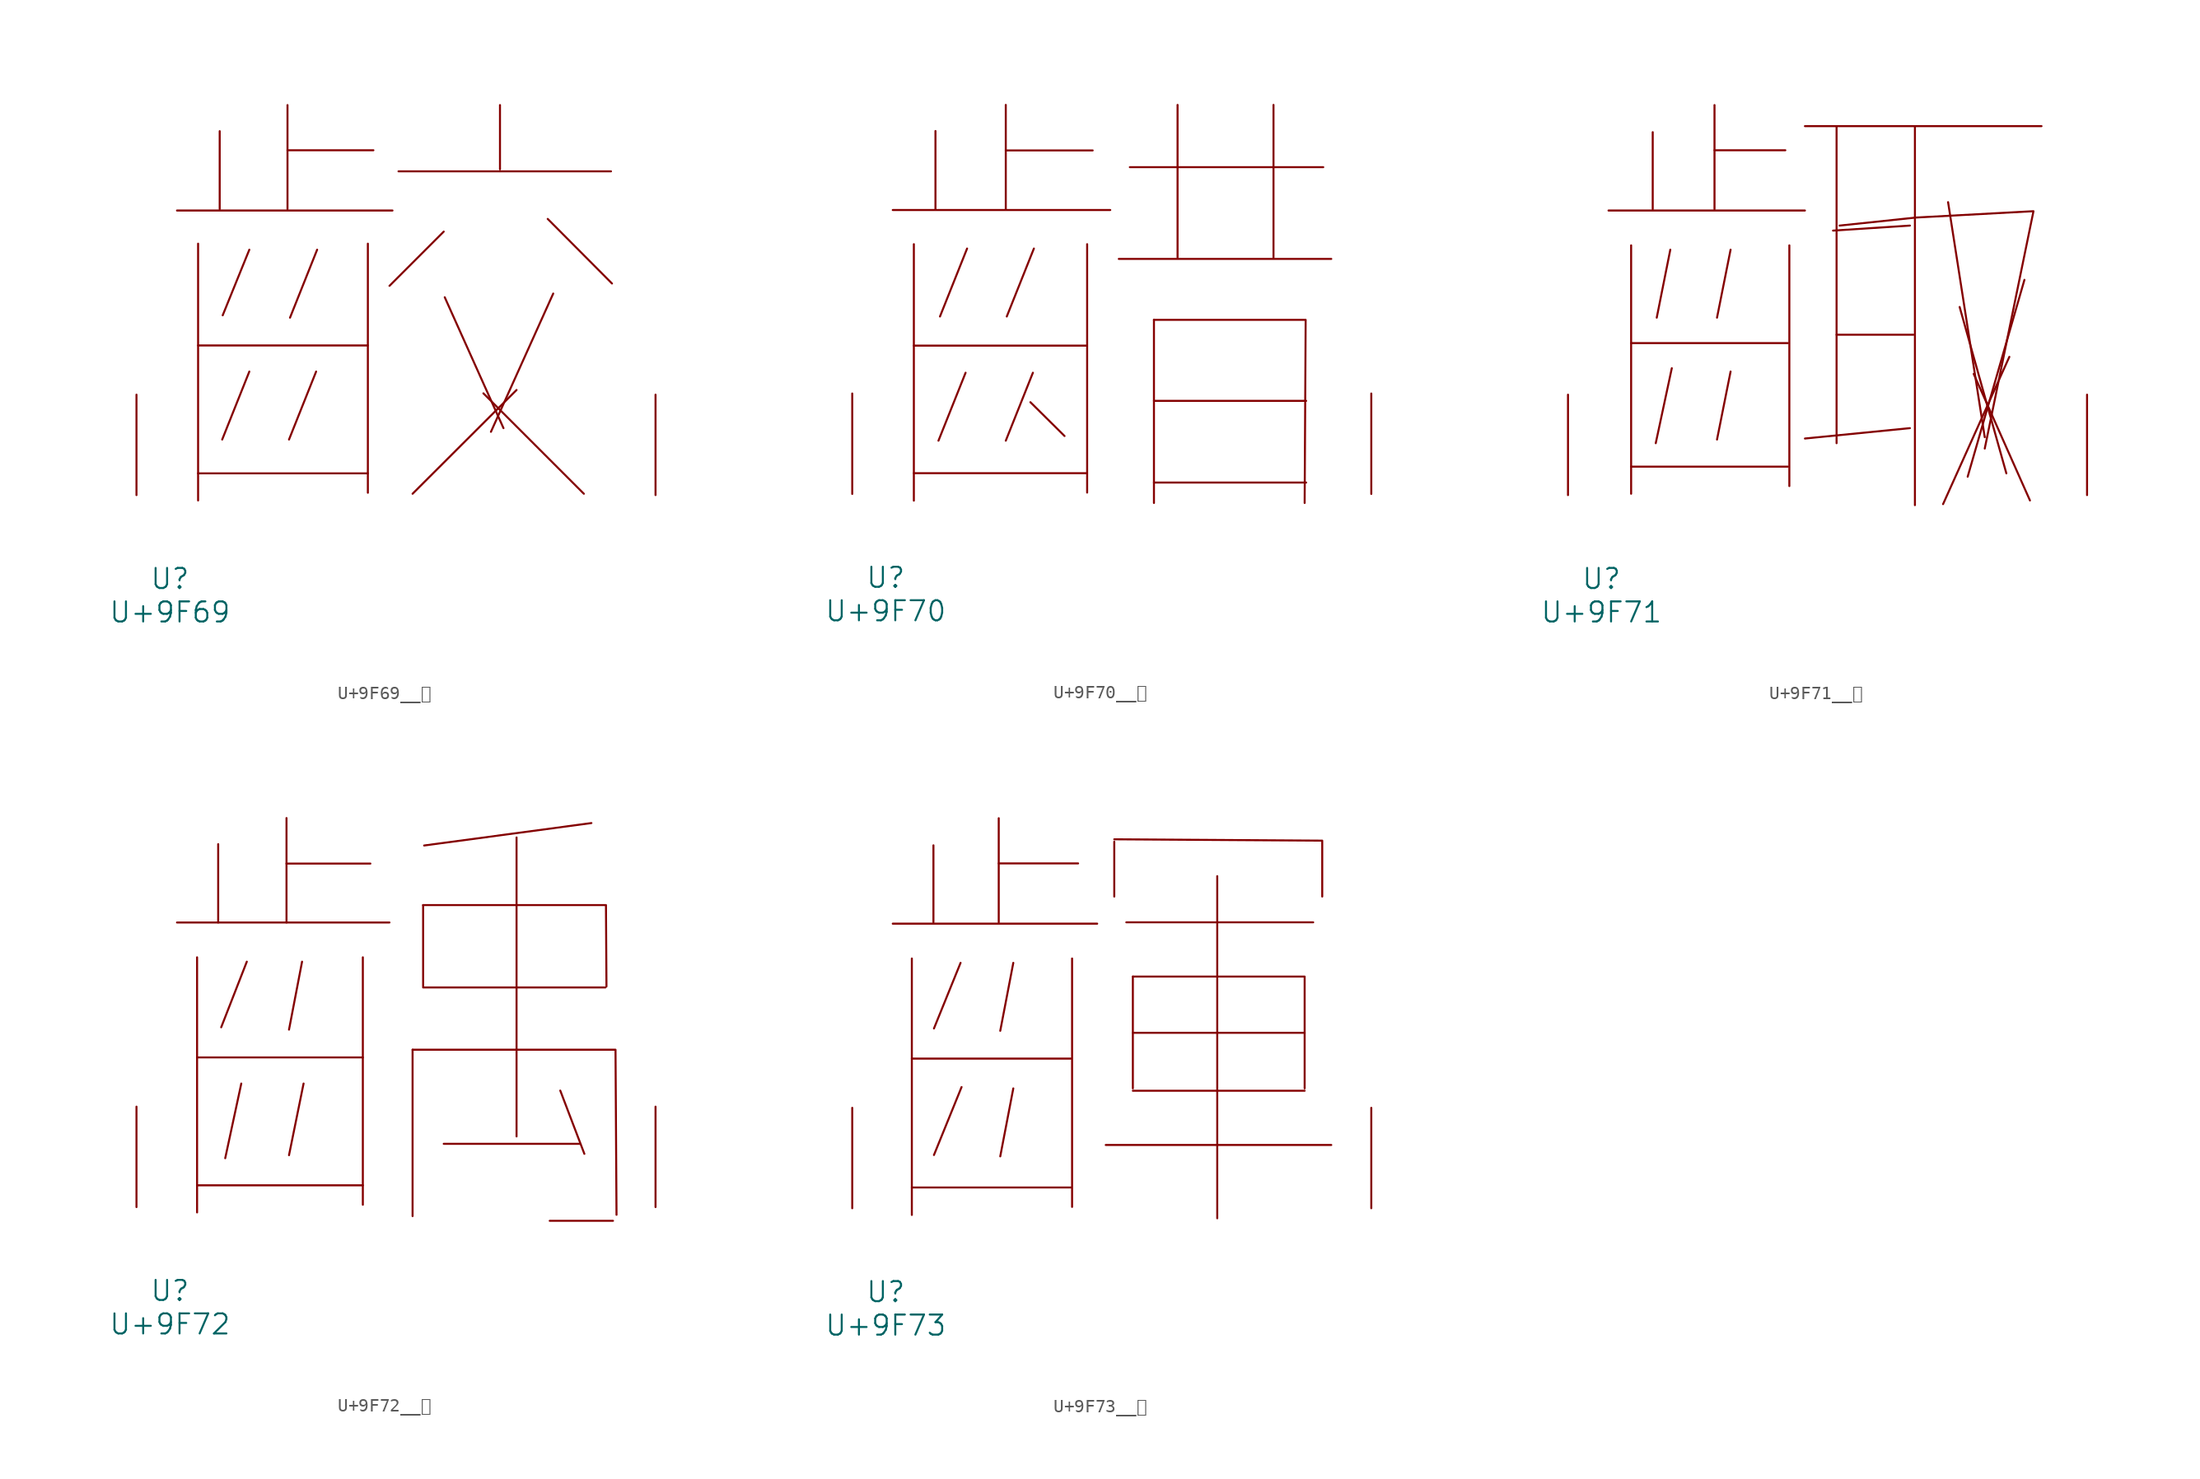
<source format=kicad_sym>
(kicad_symbol_lib
  (version 20231120)
  (generator "kicad_symbol_editor")
  (generator_version "8.0")
  (symbol "U+9F69__齩"
    (pin_names
      (offset 1.016))
    (property "Reference" "U"
      (at 0 -6.35 0)
      (effects (font (size 1.524 1.524))))
    (property "Value" "U+9F69"
      (at 0 -8.89 0)
      (effects (font (size 1.524 1.524))))
    (symbol "U+9F69__齩_0_1"
      (polyline (pts (xy 0.533 21.59) (xy 16.878 21.59)) (stroke (width 0) (type solid)) (fill (type none)))
      (polyline (pts (xy 2.134 1.651) (xy 15.011 1.651)) (stroke (width 0) (type solid)) (fill (type none)))
      (polyline (pts (xy 2.134 11.354) (xy 15.011 11.354)) (stroke (width 0) (type solid)) (fill (type none)))
      (polyline (pts (xy 2.134 19.075) (xy 2.134 -0.406)) (stroke (width 0) (type solid)) (fill (type none)))
      (polyline (pts (xy 3.772 27.61) (xy 3.772 21.692)) (stroke (width 0) (type solid)) (fill (type none)))
      (polyline (pts (xy 6.02 9.373) (xy 3.962 4.216)) (stroke (width 0) (type solid)) (fill (type none)))
      (polyline (pts (xy 6.02 18.618) (xy 4 13.64)) (stroke (width 0) (type solid)) (fill (type none)))
      (polyline (pts (xy 8.915 26.162) (xy 15.431 26.162)) (stroke (width 0) (type solid)) (fill (type none)))
      (polyline (pts (xy 8.915 29.591) (xy 8.915 21.692)) (stroke (width 0) (type solid)) (fill (type none)))
      (polyline (pts (xy 11.087 9.373) (xy 9.03 4.216)) (stroke (width 0) (type solid)) (fill (type none)))
      (polyline (pts (xy 11.163 18.618) (xy 9.106 13.462)) (stroke (width 0) (type solid)) (fill (type none)))
      (polyline (pts (xy 15.011 19.075) (xy 15.011 0.178)) (stroke (width 0) (type solid)) (fill (type none)))
      (polyline (pts (xy 17.335 24.562) (xy 33.452 24.562)) (stroke (width 0) (type solid)) (fill (type none)))
      (polyline (pts (xy 20.765 19.99) (xy 16.65 15.875)) (stroke (width 0) (type solid)) (fill (type none)))
      (polyline (pts (xy 20.841 15.011) (xy 25.298 5.08)) (stroke (width 0) (type solid)) (fill (type none)))
      (polyline (pts (xy 23.774 7.722) (xy 31.394 0.102)) (stroke (width 0) (type solid)) (fill (type none)))
      (polyline (pts (xy 25.032 29.591) (xy 25.032 24.714)) (stroke (width 0) (type solid)) (fill (type none)))
      (polyline (pts (xy 26.289 7.976) (xy 18.402 0.102)) (stroke (width 0) (type solid)) (fill (type none)))
      (polyline (pts (xy 28.651 20.955) (xy 33.528 16.053)) (stroke (width 0) (type solid)) (fill (type none)))
      (polyline (pts (xy 29.07 15.291) (xy 24.346 4.801)) (stroke (width 0) (type solid)) (fill (type none)))
      (pin input line (at -2.54 0 90) (length 7.62) (name "~" (effects (font (size 1.27 1.27)))) (number "~" (effects (font (size 1.27 1.27)))))
      (pin input line (at 36.83 0 90) (length 7.62) (name "~" (effects (font (size 1.27 1.27)))) (number "~" (effects (font (size 1.27 1.27)))))))
  (symbol "U+9F70__齰"
    (pin_names
      (offset 1.016))
    (property "Reference" "U"
      (at 0 -6.35 0)
      (effects (font (size 1.524 1.524))))
    (property "Value" "U+9F70"
      (at 0 -8.89 0)
      (effects (font (size 1.524 1.524))))
    (symbol "U+9F70__齰_0_1"
      (polyline (pts (xy 0.533 21.539) (xy 17.031 21.539)) (stroke (width 0) (type solid)) (fill (type none)))
      (polyline (pts (xy 2.134 1.575) (xy 15.202 1.575)) (stroke (width 0) (type solid)) (fill (type none)))
      (polyline (pts (xy 2.134 11.252) (xy 15.202 11.252)) (stroke (width 0) (type solid)) (fill (type none)))
      (polyline (pts (xy 2.134 18.948) (xy 2.134 -0.508)) (stroke (width 0) (type solid)) (fill (type none)))
      (polyline (pts (xy 3.772 27.534) (xy 3.772 21.59)) (stroke (width 0) (type solid)) (fill (type none)))
      (polyline (pts (xy 6.058 9.195) (xy 4 4.039)) (stroke (width 0) (type solid)) (fill (type none)))
      (polyline (pts (xy 6.172 18.618) (xy 4.115 13.462)) (stroke (width 0) (type solid)) (fill (type none)))
      (polyline (pts (xy 9.106 26.06) (xy 15.697 26.06)) (stroke (width 0) (type solid)) (fill (type none)))
      (polyline (pts (xy 9.106 29.515) (xy 9.106 21.59)) (stroke (width 0) (type solid)) (fill (type none)))
      (polyline (pts (xy 10.973 6.96) (xy 13.564 4.394)) (stroke (width 0) (type solid)) (fill (type none)))
      (polyline (pts (xy 11.163 9.195) (xy 9.106 4.039)) (stroke (width 0) (type solid)) (fill (type none)))
      (polyline (pts (xy 11.239 18.618) (xy 9.182 13.462)) (stroke (width 0) (type solid)) (fill (type none)))
      (polyline (pts (xy 15.278 18.948) (xy 15.278 0.102)) (stroke (width 0) (type solid)) (fill (type none)))
      (polyline (pts (xy 17.678 17.831) (xy 33.795 17.831)) (stroke (width 0) (type solid)) (fill (type none)))
      (polyline (pts (xy 18.517 24.79) (xy 33.185 24.79)) (stroke (width 0) (type solid)) (fill (type none)))
      (polyline (pts (xy 20.345 0.864) (xy 31.89 0.864)) (stroke (width 0) (type solid)) (fill (type none)))
      (polyline (pts (xy 20.345 7.061) (xy 31.89 7.061)) (stroke (width 0) (type solid)) (fill (type none)))
      (polyline (pts (xy 20.345 13.208) (xy 20.345 -0.686)) (stroke (width 0) (type solid)) (fill (type none)))
      (polyline (pts (xy 22.136 29.515) (xy 22.136 17.932)) (stroke (width 0) (type solid)) (fill (type none)))
      (polyline (pts (xy 29.413 29.515) (xy 29.413 17.932)) (stroke (width 0) (type solid)) (fill (type none)))
      (polyline (pts (xy 20.345 13.208) (xy 31.852 13.208) (xy 31.775 -0.686)) (stroke (width 0) (type solid)) (fill (type none)))
      (pin input line (at -2.54 0 90) (length 7.62) (name "~" (effects (font (size 1.27 1.27)))) (number "~" (effects (font (size 1.27 1.27)))))
      (pin input line (at 36.83 0 90) (length 7.62) (name "~" (effects (font (size 1.27 1.27)))) (number "~" (effects (font (size 1.27 1.27)))))))
  (symbol "U+9F71__齱"
    (pin_names
      (offset 1.016))
    (property "Reference" "U"
      (at 0 -6.35 0)
      (effects (font (size 1.524 1.524))))
    (property "Value" "U+9F71"
      (at 0 -8.89 0)
      (effects (font (size 1.524 1.524))))
    (symbol "U+9F71__齱_0_1"
      (polyline (pts (xy 0.533 21.59) (xy 15.431 21.59)) (stroke (width 0) (type solid)) (fill (type none)))
      (polyline (pts (xy 2.248 2.159) (xy 14.135 2.159)) (stroke (width 0) (type solid)) (fill (type none)))
      (polyline (pts (xy 2.248 11.532) (xy 14.135 11.532)) (stroke (width 0) (type solid)) (fill (type none)))
      (polyline (pts (xy 2.248 18.948) (xy 2.248 0.102)) (stroke (width 0) (type solid)) (fill (type none)))
      (polyline (pts (xy 3.886 27.534) (xy 3.886 21.692)) (stroke (width 0) (type solid)) (fill (type none)))
      (polyline (pts (xy 5.22 18.618) (xy 4.191 13.462)) (stroke (width 0) (type solid)) (fill (type none)))
      (polyline (pts (xy 5.334 9.627) (xy 4.115 3.937)) (stroke (width 0) (type solid)) (fill (type none)))
      (polyline (pts (xy 8.572 26.162) (xy 13.945 26.162)) (stroke (width 0) (type solid)) (fill (type none)))
      (polyline (pts (xy 8.572 29.591) (xy 8.572 21.692)) (stroke (width 0) (type solid)) (fill (type none)))
      (polyline (pts (xy 9.792 9.373) (xy 8.763 4.216)) (stroke (width 0) (type solid)) (fill (type none)))
      (polyline (pts (xy 9.792 18.618) (xy 8.763 13.462)) (stroke (width 0) (type solid)) (fill (type none)))
      (polyline (pts (xy 14.249 18.948) (xy 14.249 0.686)) (stroke (width 0) (type solid)) (fill (type none)))
      (polyline (pts (xy 15.431 27.991) (xy 33.376 27.991)) (stroke (width 0) (type solid)) (fill (type none)))
      (polyline (pts (xy 17.831 12.167) (xy 23.66 12.167)) (stroke (width 0) (type solid)) (fill (type none)))
      (polyline (pts (xy 17.831 27.991) (xy 17.831 3.937)) (stroke (width 0) (type solid)) (fill (type none)))
      (polyline (pts (xy 23.393 5.08) (xy 15.431 4.293)) (stroke (width 0) (type solid)) (fill (type none)))
      (polyline (pts (xy 23.393 20.447) (xy 17.564 20.066)) (stroke (width 0) (type solid)) (fill (type none)))
      (polyline (pts (xy 23.774 27.991) (xy 23.774 -0.762)) (stroke (width 0) (type solid)) (fill (type none)))
      (polyline (pts (xy 26.289 22.225) (xy 29.07 4.394)) (stroke (width 0) (type solid)) (fill (type none)))
      (polyline (pts (xy 27.165 14.275) (xy 30.709 1.651)) (stroke (width 0) (type solid)) (fill (type none)))
      (polyline (pts (xy 28.232 9.195) (xy 32.499 -0.406)) (stroke (width 0) (type solid)) (fill (type none)))
      (polyline (pts (xy 30.937 10.49) (xy 25.908 -0.686)) (stroke (width 0) (type solid)) (fill (type none)))
      (polyline (pts (xy 32.08 16.332) (xy 27.775 1.397)) (stroke (width 0) (type solid)) (fill (type none)))
      (polyline (pts (xy 18.059 20.447) (xy 23.851 21.057) (xy 32.766 21.539) (xy 29.07 3.531)) (stroke (width 0) (type solid)) (fill (type none)))
      (pin input line (at -2.54 0 90) (length 7.62) (name "~" (effects (font (size 1.27 1.27)))) (number "~" (effects (font (size 1.27 1.27)))))
      (pin input line (at 36.83 0 90) (length 7.62) (name "~" (effects (font (size 1.27 1.27)))) (number "~" (effects (font (size 1.27 1.27)))))))
  (symbol "U+9F72__齲"
    (pin_names
      (offset 1.016))
    (property "Reference" "U"
      (at 0 -6.35 0)
      (effects (font (size 1.524 1.524))))
    (property "Value" "U+9F72"
      (at 0 -8.89 0)
      (effects (font (size 1.524 1.524))))
    (symbol "U+9F72__齲_0_1"
      (polyline (pts (xy 0.533 21.59) (xy 16.65 21.59)) (stroke (width 0) (type solid)) (fill (type none)))
      (polyline (pts (xy 2.057 1.651) (xy 14.63 1.651)) (stroke (width 0) (type solid)) (fill (type none)))
      (polyline (pts (xy 2.057 11.354) (xy 14.63 11.354)) (stroke (width 0) (type solid)) (fill (type none)))
      (polyline (pts (xy 2.057 18.948) (xy 2.057 -0.406)) (stroke (width 0) (type solid)) (fill (type none)))
      (polyline (pts (xy 3.658 27.534) (xy 3.658 21.59)) (stroke (width 0) (type solid)) (fill (type none)))
      (polyline (pts (xy 5.41 9.373) (xy 4.191 3.708)) (stroke (width 0) (type solid)) (fill (type none)))
      (polyline (pts (xy 5.829 18.618) (xy 3.886 13.64)) (stroke (width 0) (type solid)) (fill (type none)))
      (polyline (pts (xy 8.839 26.06) (xy 15.202 26.06)) (stroke (width 0) (type solid)) (fill (type none)))
      (polyline (pts (xy 8.839 29.515) (xy 8.839 21.59)) (stroke (width 0) (type solid)) (fill (type none)))
      (polyline (pts (xy 10.02 18.618) (xy 9.03 13.462)) (stroke (width 0) (type solid)) (fill (type none)))
      (polyline (pts (xy 10.135 9.373) (xy 9.03 3.937)) (stroke (width 0) (type solid)) (fill (type none)))
      (polyline (pts (xy 14.63 18.948) (xy 14.63 0.178)) (stroke (width 0) (type solid)) (fill (type none)))
      (polyline (pts (xy 18.402 11.938) (xy 18.402 -0.686)) (stroke (width 0) (type solid)) (fill (type none)))
      (polyline (pts (xy 19.202 16.662) (xy 33.033 16.662)) (stroke (width 0) (type solid)) (fill (type none)))
      (polyline (pts (xy 19.202 22.911) (xy 19.202 16.739)) (stroke (width 0) (type solid)) (fill (type none)))
      (polyline (pts (xy 20.765 4.801) (xy 31.09 4.801)) (stroke (width 0) (type solid)) (fill (type none)))
      (polyline (pts (xy 26.289 28.042) (xy 26.289 5.359)) (stroke (width 0) (type solid)) (fill (type none)))
      (polyline (pts (xy 28.804 -1.041) (xy 33.604 -1.041)) (stroke (width 0) (type solid)) (fill (type none)))
      (polyline (pts (xy 29.604 8.839) (xy 31.433 4.039)) (stroke (width 0) (type solid)) (fill (type none)))
      (polyline (pts (xy 31.966 29.134) (xy 19.279 27.432)) (stroke (width 0) (type solid)) (fill (type none)))
      (polyline (pts (xy 18.402 11.938) (xy 33.795 11.938) (xy 33.871 -0.584)) (stroke (width 0) (type solid)) (fill (type none)))
      (polyline (pts (xy 19.202 22.911) (xy 33.071 22.911) (xy 33.109 16.739)) (stroke (width 0) (type solid)) (fill (type none)))
      (pin input line (at -2.54 0 90) (length 7.62) (name "~" (effects (font (size 1.27 1.27)))) (number "~" (effects (font (size 1.27 1.27)))))
      (pin input line (at 36.83 0 90) (length 7.62) (name "~" (effects (font (size 1.27 1.27)))) (number "~" (effects (font (size 1.27 1.27)))))))
  (symbol "U+9F73__齳"
    (pin_names
      (offset 1.016))
    (property "Reference" "U"
      (at 0 -6.35 0)
      (effects (font (size 1.524 1.524))))
    (property "Value" "U+9F73"
      (at 0 -8.89 0)
      (effects (font (size 1.524 1.524))))
    (symbol "U+9F73__齳_0_1"
      (polyline (pts (xy 0.533 21.59) (xy 16.04 21.59)) (stroke (width 0) (type solid)) (fill (type none)))
      (polyline (pts (xy 1.981 1.575) (xy 14.059 1.575)) (stroke (width 0) (type solid)) (fill (type none)))
      (polyline (pts (xy 1.981 11.354) (xy 14.059 11.354)) (stroke (width 0) (type solid)) (fill (type none)))
      (polyline (pts (xy 1.981 18.948) (xy 1.981 -0.508)) (stroke (width 0) (type solid)) (fill (type none)))
      (polyline (pts (xy 3.619 27.534) (xy 3.619 21.692)) (stroke (width 0) (type solid)) (fill (type none)))
      (polyline (pts (xy 5.677 18.618) (xy 3.658 13.64)) (stroke (width 0) (type solid)) (fill (type none)))
      (polyline (pts (xy 5.753 9.195) (xy 3.658 4.039)) (stroke (width 0) (type solid)) (fill (type none)))
      (polyline (pts (xy 8.572 26.162) (xy 14.592 26.162)) (stroke (width 0) (type solid)) (fill (type none)))
      (polyline (pts (xy 8.572 29.591) (xy 8.572 21.692)) (stroke (width 0) (type solid)) (fill (type none)))
      (polyline (pts (xy 9.677 9.093) (xy 8.687 3.937)) (stroke (width 0) (type solid)) (fill (type none)))
      (polyline (pts (xy 9.677 18.618) (xy 8.687 13.462)) (stroke (width 0) (type solid)) (fill (type none)))
      (polyline (pts (xy 14.135 18.948) (xy 14.135 0.102)) (stroke (width 0) (type solid)) (fill (type none)))
      (polyline (pts (xy 16.688 4.801) (xy 33.795 4.801)) (stroke (width 0) (type solid)) (fill (type none)))
      (polyline (pts (xy 17.335 27.813) (xy 17.335 23.647)) (stroke (width 0) (type solid)) (fill (type none)))
      (polyline (pts (xy 18.25 21.692) (xy 32.423 21.692)) (stroke (width 0) (type solid)) (fill (type none)))
      (polyline (pts (xy 18.745 8.915) (xy 31.775 8.915)) (stroke (width 0) (type solid)) (fill (type none)))
      (polyline (pts (xy 18.745 13.31) (xy 31.775 13.31)) (stroke (width 0) (type solid)) (fill (type none)))
      (polyline (pts (xy 18.745 17.577) (xy 18.745 9.093)) (stroke (width 0) (type solid)) (fill (type none)))
      (polyline (pts (xy 25.146 25.197) (xy 25.146 -0.762)) (stroke (width 0) (type solid)) (fill (type none)))
      (polyline (pts (xy 17.335 27.991) (xy 33.109 27.889) (xy 33.109 23.647)) (stroke (width 0) (type solid)) (fill (type none)))
      (polyline (pts (xy 18.745 17.577) (xy 31.775 17.577) (xy 31.775 9.093)) (stroke (width 0) (type solid)) (fill (type none)))
      (pin input line (at -2.54 0 90) (length 7.62) (name "~" (effects (font (size 1.27 1.27)))) (number "~" (effects (font (size 1.27 1.27)))))
      (pin input line (at 36.83 0 90) (length 7.62) (name "~" (effects (font (size 1.27 1.27)))) (number "~" (effects (font (size 1.27 1.27))))))))
</source>
